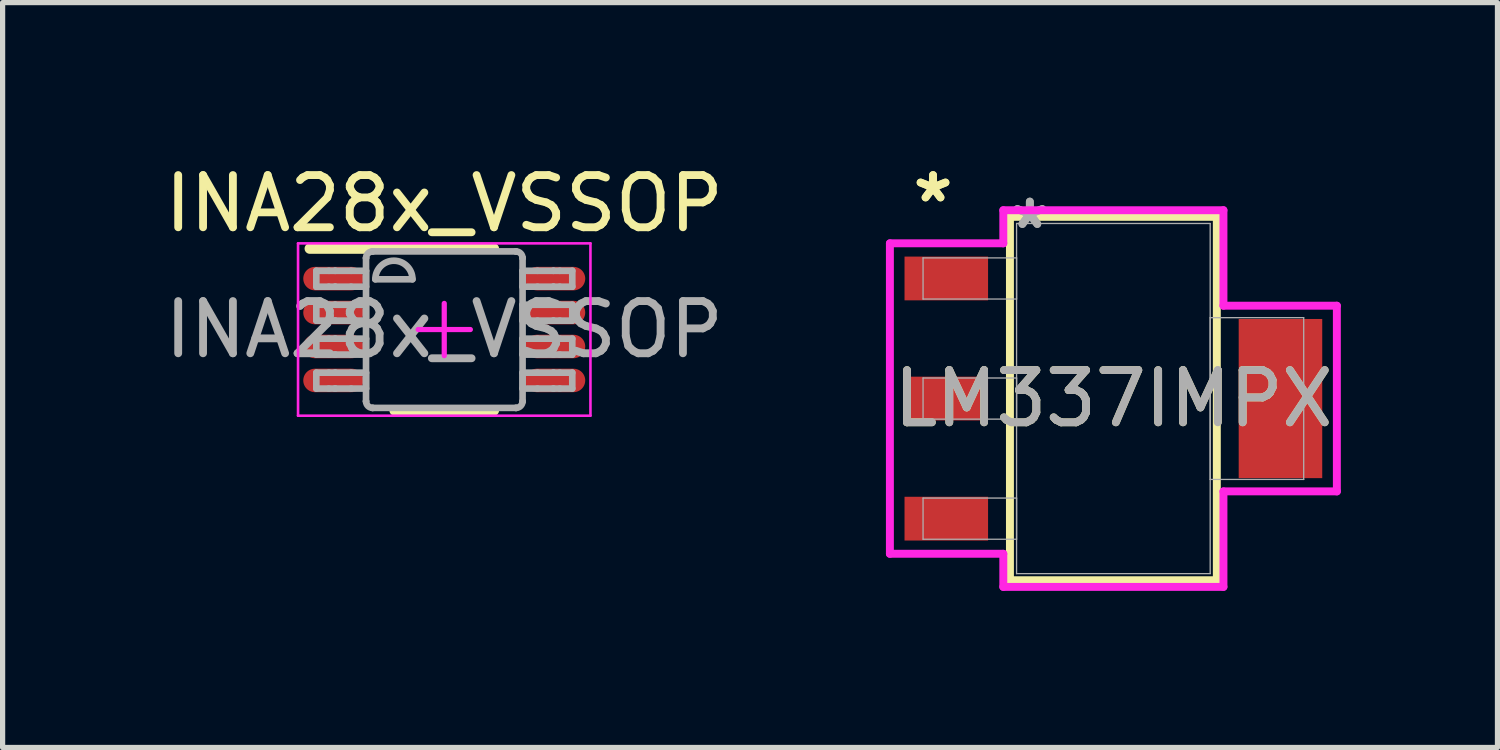
<source format=kicad_pcb>
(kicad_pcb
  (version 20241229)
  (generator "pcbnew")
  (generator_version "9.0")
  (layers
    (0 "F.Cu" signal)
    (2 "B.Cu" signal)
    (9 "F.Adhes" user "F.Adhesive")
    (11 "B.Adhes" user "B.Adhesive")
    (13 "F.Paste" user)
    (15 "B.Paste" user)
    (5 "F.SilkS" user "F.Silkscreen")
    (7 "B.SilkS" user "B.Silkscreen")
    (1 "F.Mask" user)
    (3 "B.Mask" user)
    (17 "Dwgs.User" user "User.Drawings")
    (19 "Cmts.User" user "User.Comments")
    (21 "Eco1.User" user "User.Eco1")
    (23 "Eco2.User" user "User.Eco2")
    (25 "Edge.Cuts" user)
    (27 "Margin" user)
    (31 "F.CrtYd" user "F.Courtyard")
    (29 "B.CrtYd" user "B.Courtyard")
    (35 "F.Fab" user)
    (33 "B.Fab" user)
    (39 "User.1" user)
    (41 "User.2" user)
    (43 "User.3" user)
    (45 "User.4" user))
  (footprint "INA28x_VSSOP"
    (layer "F.Cu")
    (at 5.458 3.261)
    (property "Reference" "INA28x_VSSOP" (at 0 -2.413 0) (unlocked yes) (layer "F.SilkS") (effects (font (size 1 1) (thickness 0.15))))
    (attr smd)
    (fp_line (start -2.575 -1.55) (end 0.95 -1.55) (stroke (width 0.2) (type solid)) (layer "F.SilkS"))
    (fp_line (start -0.95 1.55) (end 0.95 1.55) (stroke (width 0.2) (type solid)) (layer "F.SilkS"))
    (fp_line (start -2.8 -1.65) (end 2.8 -1.65) (stroke (width 0.05) (type solid)) (layer "F.CrtYd"))
    (fp_line (start -2.8 1.65) (end -2.8 -1.65) (stroke (width 0.05) (type solid)) (layer "F.CrtYd"))
    (fp_line (start -2.8 1.65) (end 2.8 1.65) (stroke (width 0.05) (type solid)) (layer "F.CrtYd"))
    (fp_line (start -0.5 0) (end 0.5 0) (stroke (width 0.1) (type solid)) (layer "F.CrtYd"))
    (fp_line (start -0.000003 0.5) (end -0.000003 -0.5) (stroke (width 0.1) (type solid)) (layer "F.CrtYd"))
    (fp_line (start 2.8 1.65) (end 2.8 -1.65) (stroke (width 0.05) (type solid)) (layer "F.CrtYd"))
    (fp_line (start -2.45 -1.125) (end -2.21 -1.125) (stroke (width 0.127) (type solid)) (layer "F.Fab"))
    (fp_line (start -2.45 -0.82) (end -2.45 -1.125) (stroke (width 0.127) (type solid)) (layer "F.Fab"))
    (fp_line (start -2.45 -0.82) (end -2.21 -0.82) (stroke (width 0.127) (type solid)) (layer "F.Fab"))
    (fp_line (start -2.45 -0.475) (end -2.21 -0.475) (stroke (width 0.127) (type solid)) (layer "F.Fab"))
    (fp_line (start -2.45 -0.17) (end -2.45 -0.475) (stroke (width 0.127) (type solid)) (layer "F.Fab"))
    (fp_line (start -2.45 -0.17) (end -2.21 -0.17) (stroke (width 0.127) (type solid)) (layer "F.Fab"))
    (fp_line (start -2.45 0.175) (end -2.21 0.175) (stroke (width 0.127) (type solid)) (layer "F.Fab"))
    (fp_line (start -2.45 0.48) (end -2.45 0.175) (stroke (width 0.127) (type solid)) (layer "F.Fab"))
    (fp_line (start -2.45 0.48) (end -2.21 0.48) (stroke (width 0.127) (type solid)) (layer "F.Fab"))
    (fp_line (start -2.45 0.826) (end -2.21 0.826) (stroke (width 0.127) (type solid)) (layer "F.Fab"))
    (fp_line (start -2.45 1.131) (end -2.45 0.826) (stroke (width 0.127) (type solid)) (layer "F.Fab"))
    (fp_line (start -2.45 1.131) (end -2.21 1.131) (stroke (width 0.127) (type solid)) (layer "F.Fab"))
    (fp_line (start -2.21 -1.125) (end -2.091 -1.125) (stroke (width 0.127) (type solid)) (layer "F.Fab"))
    (fp_line (start -2.21 -0.82) (end -2.091 -0.82) (stroke (width 0.127) (type solid)) (layer "F.Fab"))
    (fp_line (start -2.21 -0.475) (end -2.091 -0.475) (stroke (width 0.127) (type solid)) (layer "F.Fab"))
    (fp_line (start -2.21 -0.17) (end -2.091 -0.17) (stroke (width 0.127) (type solid)) (layer "F.Fab"))
    (fp_line (start -2.21 0.175) (end -2.091 0.175) (stroke (width 0.127) (type solid)) (layer "F.Fab"))
    (fp_line (start -2.21 0.48) (end -2.091 0.48) (stroke (width 0.127) (type solid)) (layer "F.Fab"))
    (fp_line (start -2.21 0.826) (end -2.091 0.826) (stroke (width 0.127) (type solid)) (layer "F.Fab"))
    (fp_line (start -2.21 1.131) (end -2.091 1.131) (stroke (width 0.127) (type solid)) (layer "F.Fab"))
    (fp_line (start -2.091 -1.125) (end -2.087 -1.125) (stroke (width 0.127) (type solid)) (layer "F.Fab"))
    (fp_line (start -2.091 -0.82) (end -2.087 -0.82) (stroke (width 0.127) (type solid)) (layer "F.Fab"))
    (fp_line (start -2.091 -0.475) (end -2.087 -0.475) (stroke (width 0.127) (type solid)) (layer "F.Fab"))
    (fp_line (start -2.091 -0.17) (end -2.087 -0.17) (stroke (width 0.127) (type solid)) (layer "F.Fab"))
    (fp_line (start -2.091 0.175) (end -2.087 0.175) (stroke (width 0.127) (type solid)) (layer "F.Fab"))
    (fp_line (start -2.091 0.48) (end -2.087 0.48) (stroke (width 0.127) (type solid)) (layer "F.Fab"))
    (fp_line (start -2.091 0.826) (end -2.087 0.826) (stroke (width 0.127) (type solid)) (layer "F.Fab"))
    (fp_line (start -2.091 1.131) (end -2.087 1.131) (stroke (width 0.127) (type solid)) (layer "F.Fab"))
    (fp_line (start -2.087 -1.125) (end -1.784 -1.125) (stroke (width 0.127) (type solid)) (layer "F.Fab"))
    (fp_line (start -2.087 -0.82) (end -1.784 -0.82) (stroke (width 0.127) (type solid)) (layer "F.Fab"))
    (fp_line (start -2.087 -0.475) (end -1.784 -0.475) (stroke (width 0.127) (type solid)) (layer "F.Fab"))
    (fp_line (start -2.087 -0.17) (end -1.784 -0.17) (stroke (width 0.127) (type solid)) (layer "F.Fab"))
    (fp_line (start -2.087 0.175) (end -1.784 0.175) (stroke (width 0.127) (type solid)) (layer "F.Fab"))
    (fp_line (start -2.087 0.48) (end -1.784 0.48) (stroke (width 0.127) (type solid)) (layer "F.Fab"))
    (fp_line (start -2.087 0.826) (end -1.784 0.826) (stroke (width 0.127) (type solid)) (layer "F.Fab"))
    (fp_line (start -2.087 1.131) (end -1.784 1.131) (stroke (width 0.127) (type solid)) (layer "F.Fab"))
    (fp_line (start -1.784 -1.125) (end -1.498 -1.125) (stroke (width 0.127) (type solid)) (layer "F.Fab"))
    (fp_line (start -1.784 -0.82) (end -1.498 -0.82) (stroke (width 0.127) (type solid)) (layer "F.Fab"))
    (fp_line (start -1.784 -0.475) (end -1.498 -0.475) (stroke (width 0.127) (type solid)) (layer "F.Fab"))
    (fp_line (start -1.784 -0.17) (end -1.498 -0.17) (stroke (width 0.127) (type solid)) (layer "F.Fab"))
    (fp_line (start -1.784 0.175) (end -1.498 0.175) (stroke (width 0.127) (type solid)) (layer "F.Fab"))
    (fp_line (start -1.784 0.48) (end -1.498 0.48) (stroke (width 0.127) (type solid)) (layer "F.Fab"))
    (fp_line (start -1.784 0.826) (end -1.498 0.826) (stroke (width 0.127) (type solid)) (layer "F.Fab"))
    (fp_line (start -1.784 1.131) (end -1.498 1.131) (stroke (width 0.127) (type solid)) (layer "F.Fab"))
    (fp_line (start -1.498 -1.369) (end -1.497 -1.372) (stroke (width 0.127) (type solid)) (layer "F.Fab"))
    (fp_line (start -1.498 -0.82) (end -1.498 -1.125) (stroke (width 0.127) (type solid)) (layer "F.Fab"))
    (fp_line (start -1.498 -0.17) (end -1.498 -0.475) (stroke (width 0.127) (type solid)) (layer "F.Fab"))
    (fp_line (start -1.498 0.48) (end -1.498 0.175) (stroke (width 0.127) (type solid)) (layer "F.Fab"))
    (fp_line (start -1.498 1.131) (end -1.498 0.826) (stroke (width 0.127) (type solid)) (layer "F.Fab"))
    (fp_line (start -1.498 1.374) (end -1.498 -1.369) (stroke (width 0.127) (type solid)) (layer "F.Fab"))
    (fp_line (start -1.498 1.374) (end -1.497 1.377) (stroke (width 0.127) (type solid)) (layer "F.Fab"))
    (fp_line (start -1.373 -1.496) (end -1.371 -1.496) (stroke (width 0.127) (type solid)) (layer "F.Fab"))
    (fp_line (start -1.373 1.501) (end -1.371 1.501) (stroke (width 0.127) (type solid)) (layer "F.Fab"))
    (fp_line (start -1.371 -1.496) (end 1.373 -1.496) (stroke (width 0.127) (type solid)) (layer "F.Fab"))
    (fp_line (start -1.371 1.501) (end 1.373 1.501) (stroke (width 0.127) (type solid)) (layer "F.Fab"))
    (fp_line (start -1.32 -0.962) (end -0.609 -0.962) (stroke (width 0.127) (type solid)) (layer "F.Fab"))
    (fp_line (start 1.373 -1.496) (end 1.375 -1.496) (stroke (width 0.127) (type solid)) (layer "F.Fab"))
    (fp_line (start 1.373 1.501) (end 1.375 1.501) (stroke (width 0.127) (type solid)) (layer "F.Fab"))
    (fp_line (start 1.5 -1.372) (end 1.5 -1.369) (stroke (width 0.127) (type solid)) (layer "F.Fab"))
    (fp_line (start 1.5 1.377) (end 1.5 1.374) (stroke (width 0.127) (type solid)) (layer "F.Fab"))
    (fp_line (start 1.5 -1.125) (end 1.786 -1.125) (stroke (width 0.127) (type solid)) (layer "F.Fab"))
    (fp_line (start 1.5 -0.82) (end 1.5 -1.125) (stroke (width 0.127) (type solid)) (layer "F.Fab"))
    (fp_line (start 1.5 -0.82) (end 1.786 -0.82) (stroke (width 0.127) (type solid)) (layer "F.Fab"))
    (fp_line (start 1.5 -0.475) (end 1.786 -0.475) (stroke (width 0.127) (type solid)) (layer "F.Fab"))
    (fp_line (start 1.5 -0.17) (end 1.5 -0.475) (stroke (width 0.127) (type solid)) (layer "F.Fab"))
    (fp_line (start 1.5 -0.17) (end 1.786 -0.17) (stroke (width 0.127) (type solid)) (layer "F.Fab"))
    (fp_line (start 1.5 0.175) (end 1.786 0.175) (stroke (width 0.127) (type solid)) (layer "F.Fab"))
    (fp_line (start 1.5 0.48) (end 1.5 0.175) (stroke (width 0.127) (type solid)) (layer "F.Fab"))
    (fp_line (start 1.5 0.48) (end 1.786 0.48) (stroke (width 0.127) (type solid)) (layer "F.Fab"))
    (fp_line (start 1.5 0.826) (end 1.786 0.826) (stroke (width 0.127) (type solid)) (layer "F.Fab"))
    (fp_line (start 1.5 1.131) (end 1.5 0.826) (stroke (width 0.127) (type solid)) (layer "F.Fab"))
    (fp_line (start 1.5 1.131) (end 1.786 1.131) (stroke (width 0.127) (type solid)) (layer "F.Fab"))
    (fp_line (start 1.5 1.374) (end 1.5 -1.369) (stroke (width 0.127) (type solid)) (layer "F.Fab"))
    (fp_line (start 1.786 -1.125) (end 2.089 -1.125) (stroke (width 0.127) (type solid)) (layer "F.Fab"))
    (fp_line (start 1.786 -0.82) (end 2.089 -0.82) (stroke (width 0.127) (type solid)) (layer "F.Fab"))
    (fp_line (start 1.786 -0.475) (end 2.089 -0.475) (stroke (width 0.127) (type solid)) (layer "F.Fab"))
    (fp_line (start 1.786 -0.17) (end 2.089 -0.17) (stroke (width 0.127) (type solid)) (layer "F.Fab"))
    (fp_line (start 1.786 0.175) (end 2.089 0.175) (stroke (width 0.127) (type solid)) (layer "F.Fab"))
    (fp_line (start 1.786 0.48) (end 2.089 0.48) (stroke (width 0.127) (type solid)) (layer "F.Fab"))
    (fp_line (start 1.786 0.826) (end 2.089 0.826) (stroke (width 0.127) (type solid)) (layer "F.Fab"))
    (fp_line (start 1.786 1.131) (end 2.089 1.131) (stroke (width 0.127) (type solid)) (layer "F.Fab"))
    (fp_line (start 2.089 -1.125) (end 2.093 -1.125) (stroke (width 0.127) (type solid)) (layer "F.Fab"))
    (fp_line (start 2.089 -0.82) (end 2.093 -0.82) (stroke (width 0.127) (type solid)) (layer "F.Fab"))
    (fp_line (start 2.089 -0.475) (end 2.093 -0.475) (stroke (width 0.127) (type solid)) (layer "F.Fab"))
    (fp_line (start 2.089 -0.17) (end 2.093 -0.17) (stroke (width 0.127) (type solid)) (layer "F.Fab"))
    (fp_line (start 2.089 0.175) (end 2.093 0.175) (stroke (width 0.127) (type solid)) (layer "F.Fab"))
    (fp_line (start 2.089 0.48) (end 2.093 0.48) (stroke (width 0.127) (type solid)) (layer "F.Fab"))
    (fp_line (start 2.089 0.826) (end 2.093 0.826) (stroke (width 0.127) (type solid)) (layer "F.Fab"))
    (fp_line (start 2.089 1.131) (end 2.093 1.131) (stroke (width 0.127) (type solid)) (layer "F.Fab"))
    (fp_line (start 2.093 -1.125) (end 2.213 -1.125) (stroke (width 0.127) (type solid)) (layer "F.Fab"))
    (fp_line (start 2.093 -0.82) (end 2.213 -0.82) (stroke (width 0.127) (type solid)) (layer "F.Fab"))
    (fp_line (start 2.093 -0.475) (end 2.213 -0.475) (stroke (width 0.127) (type solid)) (layer "F.Fab"))
    (fp_line (start 2.093 -0.17) (end 2.213 -0.17) (stroke (width 0.127) (type solid)) (layer "F.Fab"))
    (fp_line (start 2.093 0.175) (end 2.213 0.175) (stroke (width 0.127) (type solid)) (layer "F.Fab"))
    (fp_line (start 2.093 0.48) (end 2.213 0.48) (stroke (width 0.127) (type solid)) (layer "F.Fab"))
    (fp_line (start 2.093 0.826) (end 2.213 0.826) (stroke (width 0.127) (type solid)) (layer "F.Fab"))
    (fp_line (start 2.093 1.131) (end 2.213 1.131) (stroke (width 0.127) (type solid)) (layer "F.Fab"))
    (fp_line (start 2.213 -1.125) (end 2.452 -1.125) (stroke (width 0.127) (type solid)) (layer "F.Fab"))
    (fp_line (start 2.213 -0.82) (end 2.452 -0.82) (stroke (width 0.127) (type solid)) (layer "F.Fab"))
    (fp_line (start 2.213 -0.475) (end 2.452 -0.475) (stroke (width 0.127) (type solid)) (layer "F.Fab"))
    (fp_line (start 2.213 -0.17) (end 2.452 -0.17) (stroke (width 0.127) (type solid)) (layer "F.Fab"))
    (fp_line (start 2.213 0.175) (end 2.452 0.175) (stroke (width 0.127) (type solid)) (layer "F.Fab"))
    (fp_line (start 2.213 0.48) (end 2.452 0.48) (stroke (width 0.127) (type solid)) (layer "F.Fab"))
    (fp_line (start 2.213 0.826) (end 2.452 0.826) (stroke (width 0.127) (type solid)) (layer "F.Fab"))
    (fp_line (start 2.213 1.131) (end 2.452 1.131) (stroke (width 0.127) (type solid)) (layer "F.Fab"))
    (fp_line (start 2.452 -0.82) (end 2.452 -1.125) (stroke (width 0.127) (type solid)) (layer "F.Fab"))
    (fp_line (start 2.452 -0.17) (end 2.452 -0.475) (stroke (width 0.127) (type solid)) (layer "F.Fab"))
    (fp_line (start 2.452 0.48) (end 2.452 0.175) (stroke (width 0.127) (type solid)) (layer "F.Fab"))
    (fp_line (start 2.452 1.131) (end 2.452 0.826) (stroke (width 0.127) (type solid)) (layer "F.Fab"))
    (fp_arc (start -1.497476 -1.371582) (mid -1.460306 -1.458644) (end -1.373243 -1.495814) (stroke (width 0.127) (type solid)) (layer "F.Fab"))
    (fp_arc (start -1.373243 1.501336) (mid -1.460306 1.464166) (end -1.497476 1.377104) (stroke (width 0.127) (type solid)) (layer "F.Fab"))
    (fp_arc (start -1.3197 -0.962439) (mid -0.9641 -1.318039) (end -0.6085 -0.962439) (stroke (width 0.127) (type solid)) (layer "F.Fab"))
    (fp_arc (start 1.375443 -1.495814) (mid 1.462505 -1.458644) (end 1.499675 -1.371582) (stroke (width 0.127) (type solid)) (layer "F.Fab"))
    (fp_arc (start 1.499675 1.377104) (mid 1.462505 1.464166) (end 1.375443 1.501336) (stroke (width 0.127) (type solid)) (layer "F.Fab"))
    (fp_text user "${REFERENCE}" (at 0 0 0) (unlocked yes) (layer "F.Fab") (effects (font (size 1 1) (thickness 0.15))))
    (pad "1" smd oval (at -2.125 -0.975 90) (size 0.45 1.15) (layers "F.Cu" "F.Mask" "F.Paste"))
    (pad "2" smd oval (at -2.125 -0.325 90) (size 0.45 1.15) (layers "F.Cu" "F.Mask" "F.Paste"))
    (pad "3" smd oval (at -2.125 0.325 90) (size 0.45 1.15) (layers "F.Cu" "F.Mask" "F.Paste"))
    (pad "4" smd oval (at -2.125 0.975 90) (size 0.45 1.15) (layers "F.Cu" "F.Mask" "F.Paste"))
    (pad "5" smd oval (at 2.125 0.975 90) (size 0.45 1.15) (layers "F.Cu" "F.Mask" "F.Paste"))
    (pad "6" smd oval (at 2.125 0.325 90) (size 0.45 1.15) (layers "F.Cu" "F.Mask" "F.Paste"))
    (pad "7" smd oval (at 2.125 -0.325 90) (size 0.45 1.15) (layers "F.Cu" "F.Mask" "F.Paste"))
    (pad "8" smd oval (at 2.125 -0.975 90) (size 0.45 1.15) (layers "F.Cu" "F.Mask" "F.Paste")))
  (footprint "LM337IMPX"
    (layer "F.Cu")
    (at 18.273 4.583)
    (property "Reference" "LM337IMPX" (at 0 0 0) (unlocked yes) (layer "F.SilkS") (effects (font (size 1 1) (thickness 0.15))))
    (attr smd)
    (fp_line (start -1.981 -3.48) (end -1.981 3.48) (stroke (width 0.152) (type solid)) (layer "F.SilkS"))
    (fp_line (start -1.981 3.48) (end 1.981 3.48) (stroke (width 0.152) (type solid)) (layer "F.SilkS"))
    (fp_line (start 1.981 -3.48) (end -1.981 -3.48) (stroke (width 0.152) (type solid)) (layer "F.SilkS"))
    (fp_line (start 1.981 3.48) (end 1.981 -3.48) (stroke (width 0.152) (type solid)) (layer "F.SilkS"))
    (fp_line (start -4.28 -2.973) (end -2.108 -2.973) (stroke (width 0.152) (type solid)) (layer "F.CrtYd"))
    (fp_line (start -4.28 2.973) (end -4.28 -2.973) (stroke (width 0.152) (type solid)) (layer "F.CrtYd"))
    (fp_line (start -2.108 -3.607) (end 2.108 -3.607) (stroke (width 0.152) (type solid)) (layer "F.CrtYd"))
    (fp_line (start -2.108 -2.973) (end -2.108 -3.607) (stroke (width 0.152) (type solid)) (layer "F.CrtYd"))
    (fp_line (start -2.108 2.973) (end -4.28 2.973) (stroke (width 0.152) (type solid)) (layer "F.CrtYd"))
    (fp_line (start -2.108 3.607) (end -2.108 2.973) (stroke (width 0.152) (type solid)) (layer "F.CrtYd"))
    (fp_line (start 2.108 -3.607) (end 2.108 -1.778) (stroke (width 0.152) (type solid)) (layer "F.CrtYd"))
    (fp_line (start 2.108 -1.778) (end 4.28 -1.778) (stroke (width 0.152) (type solid)) (layer "F.CrtYd"))
    (fp_line (start 2.108 1.778) (end 2.108 3.607) (stroke (width 0.152) (type solid)) (layer "F.CrtYd"))
    (fp_line (start 2.108 3.607) (end -2.108 3.607) (stroke (width 0.152) (type solid)) (layer "F.CrtYd"))
    (fp_line (start 4.28 -1.778) (end 4.28 1.778) (stroke (width 0.152) (type solid)) (layer "F.CrtYd"))
    (fp_line (start 4.28 1.778) (end 2.108 1.778) (stroke (width 0.152) (type solid)) (layer "F.CrtYd"))
    (fp_line (start -3.645 -2.694) (end -3.645 -1.906) (stroke (width 0.025) (type solid)) (layer "F.Fab"))
    (fp_line (start -3.645 -1.906) (end -1.854 -1.906) (stroke (width 0.025) (type solid)) (layer "F.Fab"))
    (fp_line (start -3.645 -0.394) (end -3.645 0.394) (stroke (width 0.025) (type solid)) (layer "F.Fab"))
    (fp_line (start -3.645 0.394) (end -1.854 0.394) (stroke (width 0.025) (type solid)) (layer "F.Fab"))
    (fp_line (start -3.645 1.906) (end -3.645 2.694) (stroke (width 0.025) (type solid)) (layer "F.Fab"))
    (fp_line (start -3.645 2.694) (end -1.854 2.694) (stroke (width 0.025) (type solid)) (layer "F.Fab"))
    (fp_line (start -1.854 -3.353) (end -1.854 3.353) (stroke (width 0.025) (type solid)) (layer "F.Fab"))
    (fp_line (start -1.854 -2.694) (end -3.645 -2.694) (stroke (width 0.025) (type solid)) (layer "F.Fab"))
    (fp_line (start -1.854 -1.906) (end -1.854 -2.694) (stroke (width 0.025) (type solid)) (layer "F.Fab"))
    (fp_line (start -1.854 -0.394) (end -3.645 -0.394) (stroke (width 0.025) (type solid)) (layer "F.Fab"))
    (fp_line (start -1.854 0.394) (end -1.854 -0.394) (stroke (width 0.025) (type solid)) (layer "F.Fab"))
    (fp_line (start -1.854 1.906) (end -3.645 1.906) (stroke (width 0.025) (type solid)) (layer "F.Fab"))
    (fp_line (start -1.854 2.694) (end -1.854 1.906) (stroke (width 0.025) (type solid)) (layer "F.Fab"))
    (fp_line (start -1.854 3.353) (end 1.854 3.353) (stroke (width 0.025) (type solid)) (layer "F.Fab"))
    (fp_line (start 1.854 -3.353) (end -1.854 -3.353) (stroke (width 0.025) (type solid)) (layer "F.Fab"))
    (fp_line (start 1.854 -1.549) (end 1.854 1.549) (stroke (width 0.025) (type solid)) (layer "F.Fab"))
    (fp_line (start 1.854 1.549) (end 3.645 1.549) (stroke (width 0.025) (type solid)) (layer "F.Fab"))
    (fp_line (start 1.854 3.353) (end 1.854 -3.353) (stroke (width 0.025) (type solid)) (layer "F.Fab"))
    (fp_line (start 3.645 -1.549) (end 1.854 -1.549) (stroke (width 0.025) (type solid)) (layer "F.Fab"))
    (fp_line (start 3.645 1.549) (end 3.645 -1.549) (stroke (width 0.025) (type solid)) (layer "F.Fab"))
    (fp_text user "*" (at -3.454 -3.735 0) (layer "F.SilkS") (effects (font (size 1 1) (thickness 0.15))))
    (fp_text user "*" (at -3.454 -3.735 0) (unlocked yes) (layer "F.SilkS") (effects (font (size 1 1) (thickness 0.15))))
    (fp_text user "*" (at -1.6 -3.227 0) (layer "F.Fab") (effects (font (size 1 1) (thickness 0.15))))
    (fp_text user "*" (at -1.6 -3.227 0) (unlocked yes) (layer "F.Fab") (effects (font (size 1 1) (thickness 0.15))))
    (fp_text user "${REFERENCE}" (at 0 0 0) (unlocked yes) (layer "F.Fab") (effects (font (size 1 1) (thickness 0.15))))
    (pad "1" smd rect (at -3.2 -2.3) (size 1.6 0.838) (layers "F.Cu" "F.Mask" "F.Paste"))
    (pad "2" smd rect (at -3.2 0) (size 1.6 0.838) (layers "F.Cu" "F.Mask" "F.Paste"))
    (pad "3" smd rect (at -3.2 2.3) (size 1.6 0.838) (layers "F.Cu" "F.Mask" "F.Paste"))
    (pad "4" smd rect (at 3.2 0) (size 1.6 3.048) (layers "F.Cu" "F.Mask" "F.Paste")))
  (gr_rect
    (start -3 -3)
    (end 25.629 11.266)
    (stroke (width 0.1) (type default))
    (fill no)
    (layer "Edge.Cuts")))
</source>
